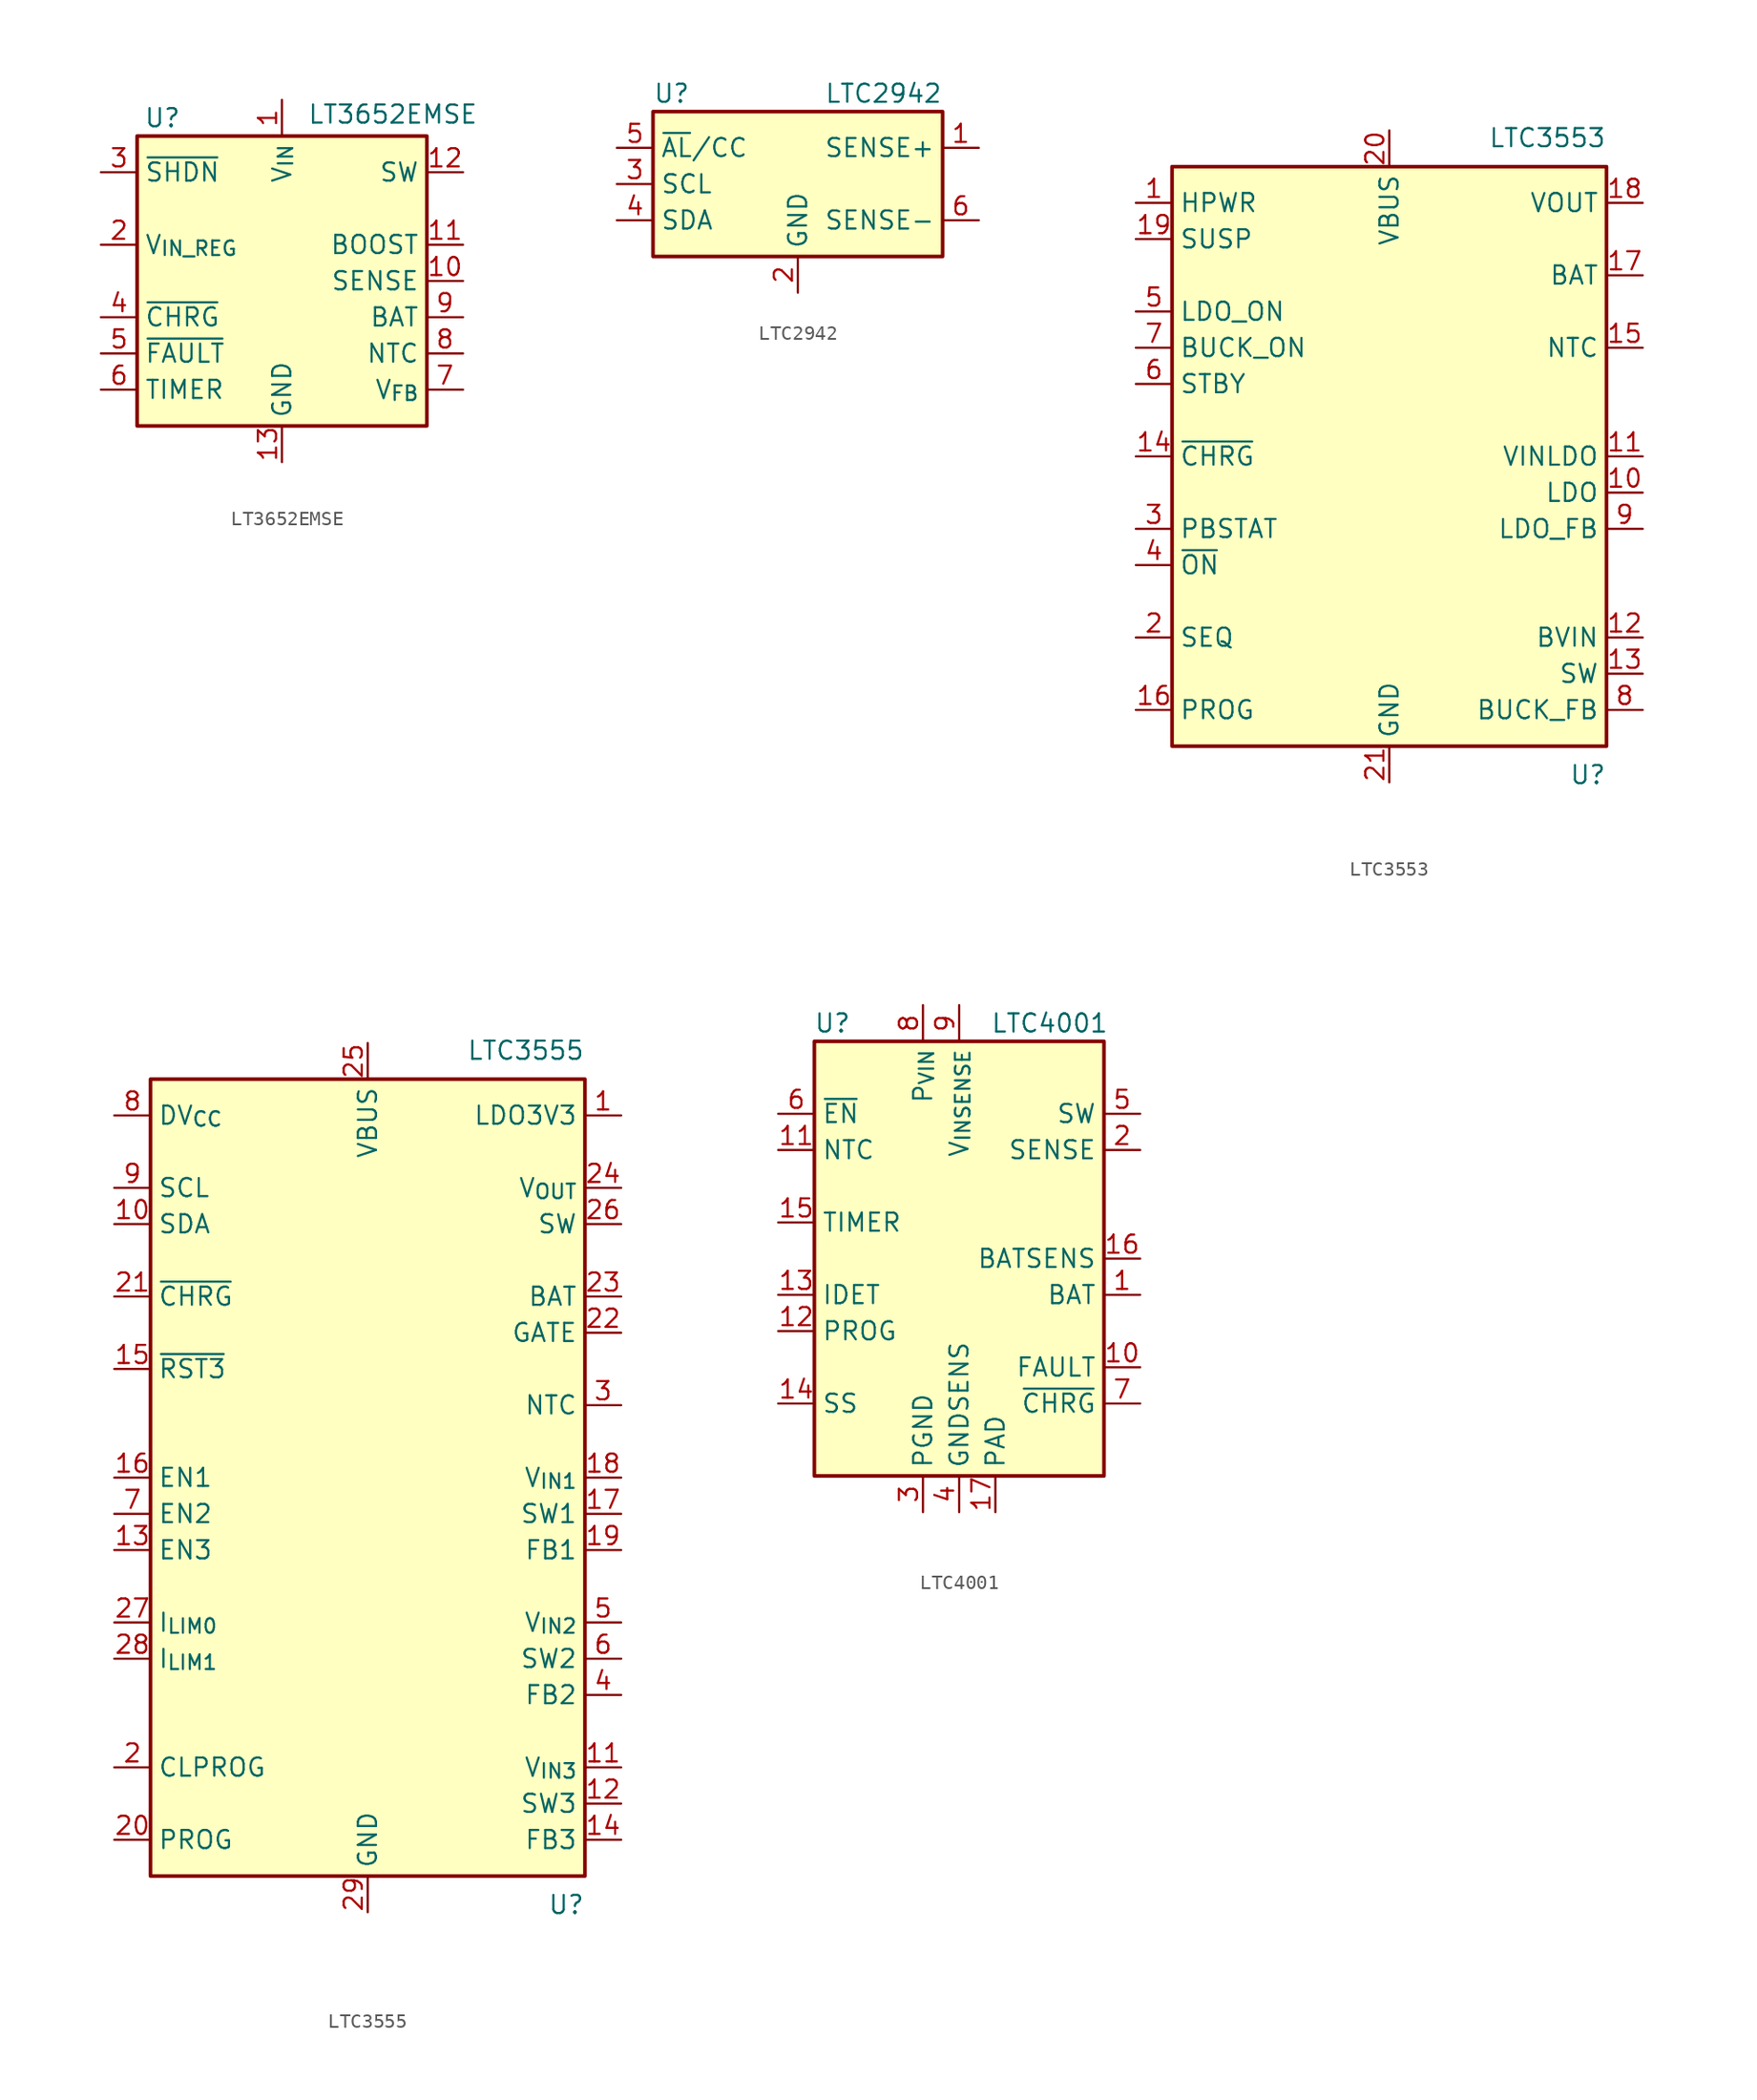
<source format=kicad_sym>
(kicad_symbol_lib
  (version 20241209)
  (generator "kicad_symbol_editor")
  (generator_version "9.0")
  (symbol "LT3652EMSE"
    (property "Reference" "U"
      (at -8.382 11.43 0)
      (effects (font (size 1.27 1.27))))
    (property "Value" "LT3652EMSE"
      (at 1.778 11.684 0)
      (effects (font (size 1.27 1.27)) (justify left)))
    (symbol "LT3652EMSE_0_1"
      (rectangle (start -10.16 10.16) (end 10.16 -10.16) (stroke (width 0.254) (type default)) (fill (type background))))
    (symbol "LT3652EMSE_1_1"
      (pin input line (at -12.7 7.62 0) (length 2.54) (name "~{SHDN}" (effects (font (size 1.27 1.27)))) (number "3" (effects (font (size 1.27 1.27)))))
      (pin input line (at -12.7 2.54 0) (length 2.54) (name "V_{IN_REG}" (effects (font (size 1.27 1.27)))) (number "2" (effects (font (size 1.27 1.27)))))
      (pin open_collector line (at -12.7 -2.54 0) (length 2.54) (name "~{CHRG}" (effects (font (size 1.27 1.27)))) (number "4" (effects (font (size 1.27 1.27)))))
      (pin open_collector line (at -12.7 -5.08 0) (length 2.54) (name "~{FAULT}" (effects (font (size 1.27 1.27)))) (number "5" (effects (font (size 1.27 1.27)))))
      (pin output line (at -12.7 -7.62 0) (length 2.54) (name "TIMER" (effects (font (size 1.27 1.27)))) (number "6" (effects (font (size 1.27 1.27)))))
      (pin power_in line (at 0 12.7 270) (length 2.54) (name "V_{IN}" (effects (font (size 1.27 1.27)))) (number "1" (effects (font (size 1.27 1.27)))))
      (pin power_in line (at 0 -12.7 90) (length 2.54) (name "GND" (effects (font (size 1.27 1.27)))) (number "13" (effects (font (size 1.27 1.27)))))
      (pin output line (at 12.7 7.62 180) (length 2.54) (name "SW" (effects (font (size 1.27 1.27)))) (number "12" (effects (font (size 1.27 1.27)))))
      (pin input line (at 12.7 2.54 180) (length 2.54) (name "BOOST" (effects (font (size 1.27 1.27)))) (number "11" (effects (font (size 1.27 1.27)))))
      (pin input line (at 12.7 0 180) (length 2.54) (name "SENSE" (effects (font (size 1.27 1.27)))) (number "10" (effects (font (size 1.27 1.27)))))
      (pin output line (at 12.7 -2.54 180) (length 2.54) (name "BAT" (effects (font (size 1.27 1.27)))) (number "9" (effects (font (size 1.27 1.27)))))
      (pin input line (at 12.7 -5.08 180) (length 2.54) (name "NTC" (effects (font (size 1.27 1.27)))) (number "8" (effects (font (size 1.27 1.27)))))
      (pin input line (at 12.7 -7.62 180) (length 2.54) (name "V_{FB}" (effects (font (size 1.27 1.27)))) (number "7" (effects (font (size 1.27 1.27)))))))
  (symbol "LTC2942"
    (property "Reference" "U"
      (at -10.16 6.35 0)
      (effects (font (size 1.27 1.27)) (justify left)))
    (property "Value" "LTC2942"
      (at 10.16 6.35 0)
      (effects (font (size 1.27 1.27)) (justify right)))
    (symbol "LTC2942_0_1"
      (rectangle (start -10.16 5.08) (end 10.16 -5.08) (stroke (width 0.254) (type default)) (fill (type background))))
    (symbol "LTC2942_1_1"
      (pin bidirectional line (at -12.7 2.54 0) (length 2.54) (name "~{AL}/CC" (effects (font (size 1.27 1.27)))) (number "5" (effects (font (size 1.27 1.27)))))
      (pin input line (at -12.7 0 0) (length 2.54) (name "SCL" (effects (font (size 1.27 1.27)))) (number "3" (effects (font (size 1.27 1.27)))))
      (pin bidirectional line (at -12.7 -2.54 0) (length 2.54) (name "SDA" (effects (font (size 1.27 1.27)))) (number "4" (effects (font (size 1.27 1.27)))))
      (pin power_in line (at 0 -7.62 90) (length 2.54) (name "GND" (effects (font (size 1.27 1.27)))) (number "2" (effects (font (size 1.27 1.27)))))
      (pin passive line (at 12.7 2.54 180) (length 2.54) (name "SENSE+" (effects (font (size 1.27 1.27)))) (number "1" (effects (font (size 1.27 1.27)))))
      (pin passive line (at 12.7 -2.54 180) (length 2.54) (name "SENSE-" (effects (font (size 1.27 1.27)))) (number "6" (effects (font (size 1.27 1.27)))))))
  (symbol "LTC3553"
    (property "Reference" "U"
      (at 15.24 -21.59 0)
      (effects (font (size 1.27 1.27)) (justify right top)))
    (property "Value" "LTC3553"
      (at 15.24 21.59 0)
      (effects (font (size 1.27 1.27)) (justify right bottom)))
    (symbol "LTC3553_0_1"
      (rectangle (start -15.24 20.32) (end 15.24 -20.32) (stroke (width 0.254) (type default)) (fill (type background))))
    (symbol "LTC3553_1_1"
      (pin input line (at -17.78 17.78 0) (length 2.54) (name "HPWR" (effects (font (size 1.27 1.27)))) (number "1" (effects (font (size 1.27 1.27)))))
      (pin input line (at -17.78 15.24 0) (length 2.54) (name "SUSP" (effects (font (size 1.27 1.27)))) (number "19" (effects (font (size 1.27 1.27)))))
      (pin input line (at -17.78 10.16 0) (length 2.54) (name "LDO_ON" (effects (font (size 1.27 1.27)))) (number "5" (effects (font (size 1.27 1.27)))))
      (pin input line (at -17.78 7.62 0) (length 2.54) (name "BUCK_ON" (effects (font (size 1.27 1.27)))) (number "7" (effects (font (size 1.27 1.27)))))
      (pin input line (at -17.78 5.08 0) (length 2.54) (name "STBY" (effects (font (size 1.27 1.27)))) (number "6" (effects (font (size 1.27 1.27)))))
      (pin open_collector line (at -17.78 0 0) (length 2.54) (name "~{CHRG}" (effects (font (size 1.27 1.27)))) (number "14" (effects (font (size 1.27 1.27)))))
      (pin output line (at -17.78 -5.08 0) (length 2.54) (name "PBSTAT" (effects (font (size 1.27 1.27)))) (number "3" (effects (font (size 1.27 1.27)))))
      (pin input line (at -17.78 -7.62 0) (length 2.54) (name "~{ON}" (effects (font (size 1.27 1.27)))) (number "4" (effects (font (size 1.27 1.27)))))
      (pin input line (at -17.78 -12.7 0) (length 2.54) (name "SEQ" (effects (font (size 1.27 1.27)))) (number "2" (effects (font (size 1.27 1.27)))))
      (pin passive line (at -17.78 -17.78 0) (length 2.54) (name "PROG" (effects (font (size 1.27 1.27)))) (number "16" (effects (font (size 1.27 1.27)))))
      (pin power_in line (at 0 22.86 270) (length 2.54) (name "VBUS" (effects (font (size 1.27 1.27)))) (number "20" (effects (font (size 1.27 1.27)))))
      (pin power_in line (at 0 -22.86 90) (length 2.54) (name "GND" (effects (font (size 1.27 1.27)))) (number "21" (effects (font (size 1.27 1.27)))))
      (pin power_out line (at 17.78 17.78 180) (length 2.54) (name "VOUT" (effects (font (size 1.27 1.27)))) (number "18" (effects (font (size 1.27 1.27)))))
      (pin power_out line (at 17.78 12.7 180) (length 2.54) (name "BAT" (effects (font (size 1.27 1.27)))) (number "17" (effects (font (size 1.27 1.27)))))
      (pin passive line (at 17.78 7.62 180) (length 2.54) (name "NTC" (effects (font (size 1.27 1.27)))) (number "15" (effects (font (size 1.27 1.27)))))
      (pin power_in line (at 17.78 0 180) (length 2.54) (name "VINLDO" (effects (font (size 1.27 1.27)))) (number "11" (effects (font (size 1.27 1.27)))))
      (pin power_out line (at 17.78 -2.54 180) (length 2.54) (name "LDO" (effects (font (size 1.27 1.27)))) (number "10" (effects (font (size 1.27 1.27)))))
      (pin input line (at 17.78 -5.08 180) (length 2.54) (name "LDO_FB" (effects (font (size 1.27 1.27)))) (number "9" (effects (font (size 1.27 1.27)))))
      (pin power_in line (at 17.78 -12.7 180) (length 2.54) (name "BVIN" (effects (font (size 1.27 1.27)))) (number "12" (effects (font (size 1.27 1.27)))))
      (pin power_out line (at 17.78 -15.24 180) (length 2.54) (name "SW" (effects (font (size 1.27 1.27)))) (number "13" (effects (font (size 1.27 1.27)))))
      (pin input line (at 17.78 -17.78 180) (length 2.54) (name "BUCK_FB" (effects (font (size 1.27 1.27)))) (number "8" (effects (font (size 1.27 1.27)))))))
  (symbol "LTC3555"
    (property "Reference" "U"
      (at 15.24 -29.21 0)
      (effects (font (size 1.27 1.27)) (justify right top)))
    (property "Value" "LTC3555"
      (at 15.24 29.21 0)
      (effects (font (size 1.27 1.27)) (justify right bottom)))
    (symbol "LTC3555_0_1"
      (rectangle (start -15.24 27.94) (end 15.24 -27.94) (stroke (width 0.254) (type default)) (fill (type background))))
    (symbol "LTC3555_1_1"
      (pin power_in line (at -17.78 25.4 0) (length 2.54) (name "DV_{CC}" (effects (font (size 1.27 1.27)))) (number "8" (effects (font (size 1.27 1.27)))))
      (pin input line (at -17.78 20.32 0) (length 2.54) (name "SCL" (effects (font (size 1.27 1.27)))) (number "9" (effects (font (size 1.27 1.27)))))
      (pin bidirectional line (at -17.78 17.78 0) (length 2.54) (name "SDA" (effects (font (size 1.27 1.27)))) (number "10" (effects (font (size 1.27 1.27)))))
      (pin open_collector line (at -17.78 12.7 0) (length 2.54) (name "~{CHRG}" (effects (font (size 1.27 1.27)))) (number "21" (effects (font (size 1.27 1.27)))))
      (pin open_collector line (at -17.78 7.62 0) (length 2.54) (name "~{RST3}" (effects (font (size 1.27 1.27)))) (number "15" (effects (font (size 1.27 1.27)))))
      (pin input line (at -17.78 0 0) (length 2.54) (name "EN1" (effects (font (size 1.27 1.27)))) (number "16" (effects (font (size 1.27 1.27)))))
      (pin input line (at -17.78 -2.54 0) (length 2.54) (name "EN2" (effects (font (size 1.27 1.27)))) (number "7" (effects (font (size 1.27 1.27)))))
      (pin input line (at -17.78 -5.08 0) (length 2.54) (name "EN3" (effects (font (size 1.27 1.27)))) (number "13" (effects (font (size 1.27 1.27)))))
      (pin input line (at -17.78 -10.16 0) (length 2.54) (name "I_{LIM0}" (effects (font (size 1.27 1.27)))) (number "27" (effects (font (size 1.27 1.27)))))
      (pin input line (at -17.78 -12.7 0) (length 2.54) (name "I_{LIM1}" (effects (font (size 1.27 1.27)))) (number "28" (effects (font (size 1.27 1.27)))))
      (pin passive line (at -17.78 -20.32 0) (length 2.54) (name "CLPROG" (effects (font (size 1.27 1.27)))) (number "2" (effects (font (size 1.27 1.27)))))
      (pin passive line (at -17.78 -25.4 0) (length 2.54) (name "PROG" (effects (font (size 1.27 1.27)))) (number "20" (effects (font (size 1.27 1.27)))))
      (pin power_in line (at 0 30.48 270) (length 2.54) (name "VBUS" (effects (font (size 1.27 1.27)))) (number "25" (effects (font (size 1.27 1.27)))))
      (pin power_in line (at 0 -30.48 90) (length 2.54) (name "GND" (effects (font (size 1.27 1.27)))) (number "29" (effects (font (size 1.27 1.27)))))
      (pin power_out line (at 17.78 25.4 180) (length 2.54) (name "LDO3V3" (effects (font (size 1.27 1.27)))) (number "1" (effects (font (size 1.27 1.27)))))
      (pin power_out line (at 17.78 20.32 180) (length 2.54) (name "V_{OUT}" (effects (font (size 1.27 1.27)))) (number "24" (effects (font (size 1.27 1.27)))))
      (pin power_out line (at 17.78 17.78 180) (length 2.54) (name "SW" (effects (font (size 1.27 1.27)))) (number "26" (effects (font (size 1.27 1.27)))))
      (pin power_out line (at 17.78 12.7 180) (length 2.54) (name "BAT" (effects (font (size 1.27 1.27)))) (number "23" (effects (font (size 1.27 1.27)))))
      (pin output line (at 17.78 10.16 180) (length 2.54) (name "GATE" (effects (font (size 1.27 1.27)))) (number "22" (effects (font (size 1.27 1.27)))))
      (pin passive line (at 17.78 5.08 180) (length 2.54) (name "NTC" (effects (font (size 1.27 1.27)))) (number "3" (effects (font (size 1.27 1.27)))))
      (pin power_in line (at 17.78 0 180) (length 2.54) (name "V_{IN1}" (effects (font (size 1.27 1.27)))) (number "18" (effects (font (size 1.27 1.27)))))
      (pin power_out line (at 17.78 -2.54 180) (length 2.54) (name "SW1" (effects (font (size 1.27 1.27)))) (number "17" (effects (font (size 1.27 1.27)))))
      (pin input line (at 17.78 -5.08 180) (length 2.54) (name "FB1" (effects (font (size 1.27 1.27)))) (number "19" (effects (font (size 1.27 1.27)))))
      (pin power_in line (at 17.78 -10.16 180) (length 2.54) (name "V_{IN2}" (effects (font (size 1.27 1.27)))) (number "5" (effects (font (size 1.27 1.27)))))
      (pin power_out line (at 17.78 -12.7 180) (length 2.54) (name "SW2" (effects (font (size 1.27 1.27)))) (number "6" (effects (font (size 1.27 1.27)))))
      (pin input line (at 17.78 -15.24 180) (length 2.54) (name "FB2" (effects (font (size 1.27 1.27)))) (number "4" (effects (font (size 1.27 1.27)))))
      (pin power_in line (at 17.78 -20.32 180) (length 2.54) (name "V_{IN3}" (effects (font (size 1.27 1.27)))) (number "11" (effects (font (size 1.27 1.27)))))
      (pin power_out line (at 17.78 -22.86 180) (length 2.54) (name "SW3" (effects (font (size 1.27 1.27)))) (number "12" (effects (font (size 1.27 1.27)))))
      (pin input line (at 17.78 -25.4 180) (length 2.54) (name "FB3" (effects (font (size 1.27 1.27)))) (number "14" (effects (font (size 1.27 1.27)))))))
  (symbol "LTC4001"
    (property "Reference" "U"
      (at -8.89 16.51 0)
      (effects (font (size 1.27 1.27))))
    (property "Value" "LTC4001"
      (at 6.35 16.51 0)
      (effects (font (size 1.27 1.27))))
    (symbol "LTC4001_0_1"
      (rectangle (start -10.16 15.24) (end 10.16 -15.24) (stroke (width 0.254) (type default)) (fill (type background))))
    (symbol "LTC4001_1_1"
      (pin input line (at -12.7 10.16 0) (length 2.54) (name "~{EN}" (effects (font (size 1.27 1.27)))) (number "6" (effects (font (size 1.27 1.27)))))
      (pin input line (at -12.7 7.62 0) (length 2.54) (name "NTC" (effects (font (size 1.27 1.27)))) (number "11" (effects (font (size 1.27 1.27)))))
      (pin input line (at -12.7 2.54 0) (length 2.54) (name "TIMER" (effects (font (size 1.27 1.27)))) (number "15" (effects (font (size 1.27 1.27)))))
      (pin input line (at -12.7 -2.54 0) (length 2.54) (name "IDET" (effects (font (size 1.27 1.27)))) (number "13" (effects (font (size 1.27 1.27)))))
      (pin input line (at -12.7 -5.08 0) (length 2.54) (name "PROG" (effects (font (size 1.27 1.27)))) (number "12" (effects (font (size 1.27 1.27)))))
      (pin input line (at -12.7 -10.16 0) (length 2.54) (name "SS" (effects (font (size 1.27 1.27)))) (number "14" (effects (font (size 1.27 1.27)))))
      (pin power_in line (at -2.54 17.78 270) (length 2.54) (name "P_{VIN}" (effects (font (size 1.27 1.27)))) (number "8" (effects (font (size 1.27 1.27)))))
      (pin power_in line (at -2.54 -17.78 90) (length 2.54) (name "PGND" (effects (font (size 1.27 1.27)))) (number "3" (effects (font (size 1.27 1.27)))))
      (pin power_in line (at 0 17.78 270) (length 2.54) (name "V_{INSENSE}" (effects (font (size 1.27 1.27)))) (number "9" (effects (font (size 1.27 1.27)))))
      (pin power_in line (at 0 -17.78 90) (length 2.54) (name "GNDSENS" (effects (font (size 1.27 1.27)))) (number "4" (effects (font (size 1.27 1.27)))))
      (pin power_in line (at 2.54 -17.78 90) (length 2.54) (name "PAD" (effects (font (size 1.27 1.27)))) (number "17" (effects (font (size 1.27 1.27)))))
      (pin output line (at 12.7 10.16 180) (length 2.54) (name "SW" (effects (font (size 1.27 1.27)))) (number "5" (effects (font (size 1.27 1.27)))))
      (pin input line (at 12.7 7.62 180) (length 2.54) (name "SENSE" (effects (font (size 1.27 1.27)))) (number "2" (effects (font (size 1.27 1.27)))))
      (pin input line (at 12.7 0 180) (length 2.54) (name "BATSENS" (effects (font (size 1.27 1.27)))) (number "16" (effects (font (size 1.27 1.27)))))
      (pin output line (at 12.7 -2.54 180) (length 2.54) (name "BAT" (effects (font (size 1.27 1.27)))) (number "1" (effects (font (size 1.27 1.27)))))
      (pin output line (at 12.7 -7.62 180) (length 2.54) (name "FAULT" (effects (font (size 1.27 1.27)))) (number "10" (effects (font (size 1.27 1.27)))))
      (pin open_collector line (at 12.7 -10.16 180) (length 2.54) (name "~{CHRG}" (effects (font (size 1.27 1.27)))) (number "7" (effects (font (size 1.27 1.27))))))))
</source>
